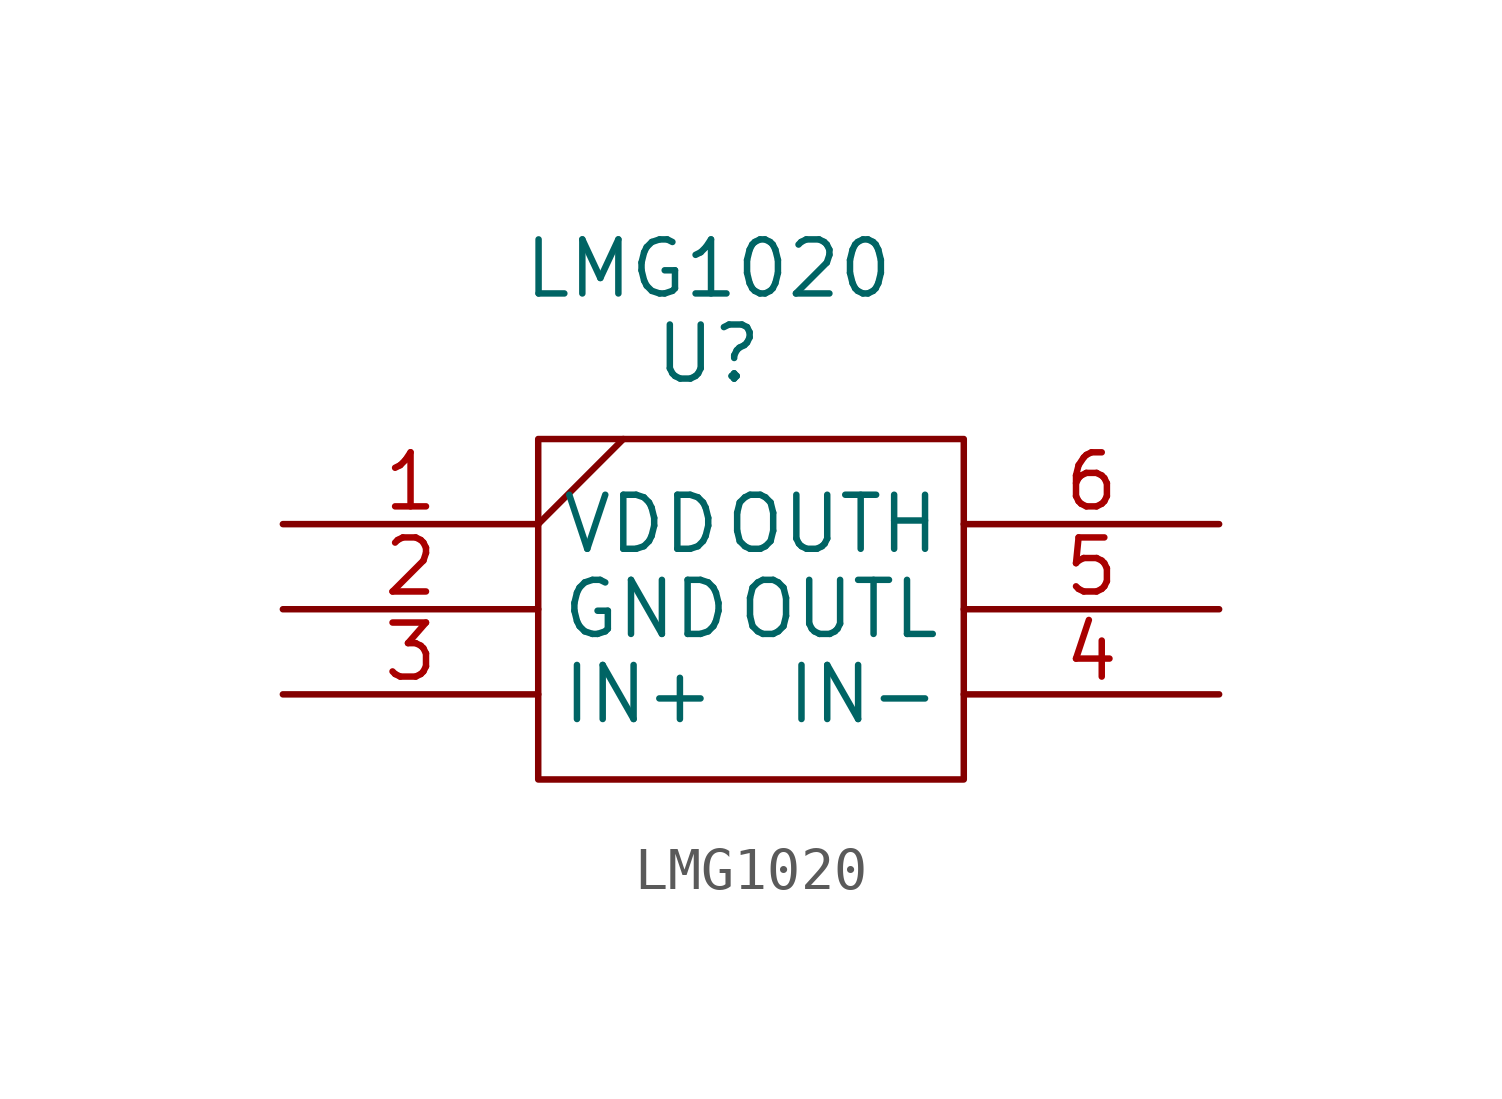
<source format=kicad_sym>
(kicad_symbol_lib
  (version 20211014)
  (generator kicad_symbol_editor)
  (symbol "LMG1020"
    (property "Reference" "U"
      (at 0 0 0)
      (effects (font (size 1.27 1.27))))
    (property "Value" "LMG1020"
      (at 0 2 0)
      (effects (font (size 1.27 1.27))))
    (symbol "LMG1020_0_1"
      (polyline (pts (xy -4 -4) (xy -2 -2)) (stroke (width 0) (type default) (color 0 0 0 0)) (fill (type none)))
      (polyline (pts (xy -4 -2) (xy -4 -10) (xy 6 -10) (xy 6 -2) (xy -4 -2)) (stroke (width 0) (type default) (color 0 0 0 0)) (fill (type none))))
    (symbol "LMG1020_1_1"
      (pin power_in line (at -10 -4 0) (length 6) (name "VDD" (effects (font (size 1.27 1.27)))) (number "1" (effects (font (size 1.27 1.27)))))
      (pin power_in line (at -10 -6 0) (length 6) (name "GND" (effects (font (size 1.27 1.27)))) (number "2" (effects (font (size 1.27 1.27)))))
      (pin input line (at -10 -8 0) (length 6) (name "IN+" (effects (font (size 1.27 1.27)))) (number "3" (effects (font (size 1.27 1.27)))))
      (pin input line (at 12 -8 180) (length 6) (name "IN-" (effects (font (size 1.27 1.27)))) (number "4" (effects (font (size 1.27 1.27)))))
      (pin output line (at 12 -6 180) (length 6) (name "OUTL" (effects (font (size 1.27 1.27)))) (number "5" (effects (font (size 1.27 1.27)))))
      (pin output line (at 12 -4 180) (length 6) (name "OUTH" (effects (font (size 1.27 1.27)))) (number "6" (effects (font (size 1.27 1.27))))))))
</source>
